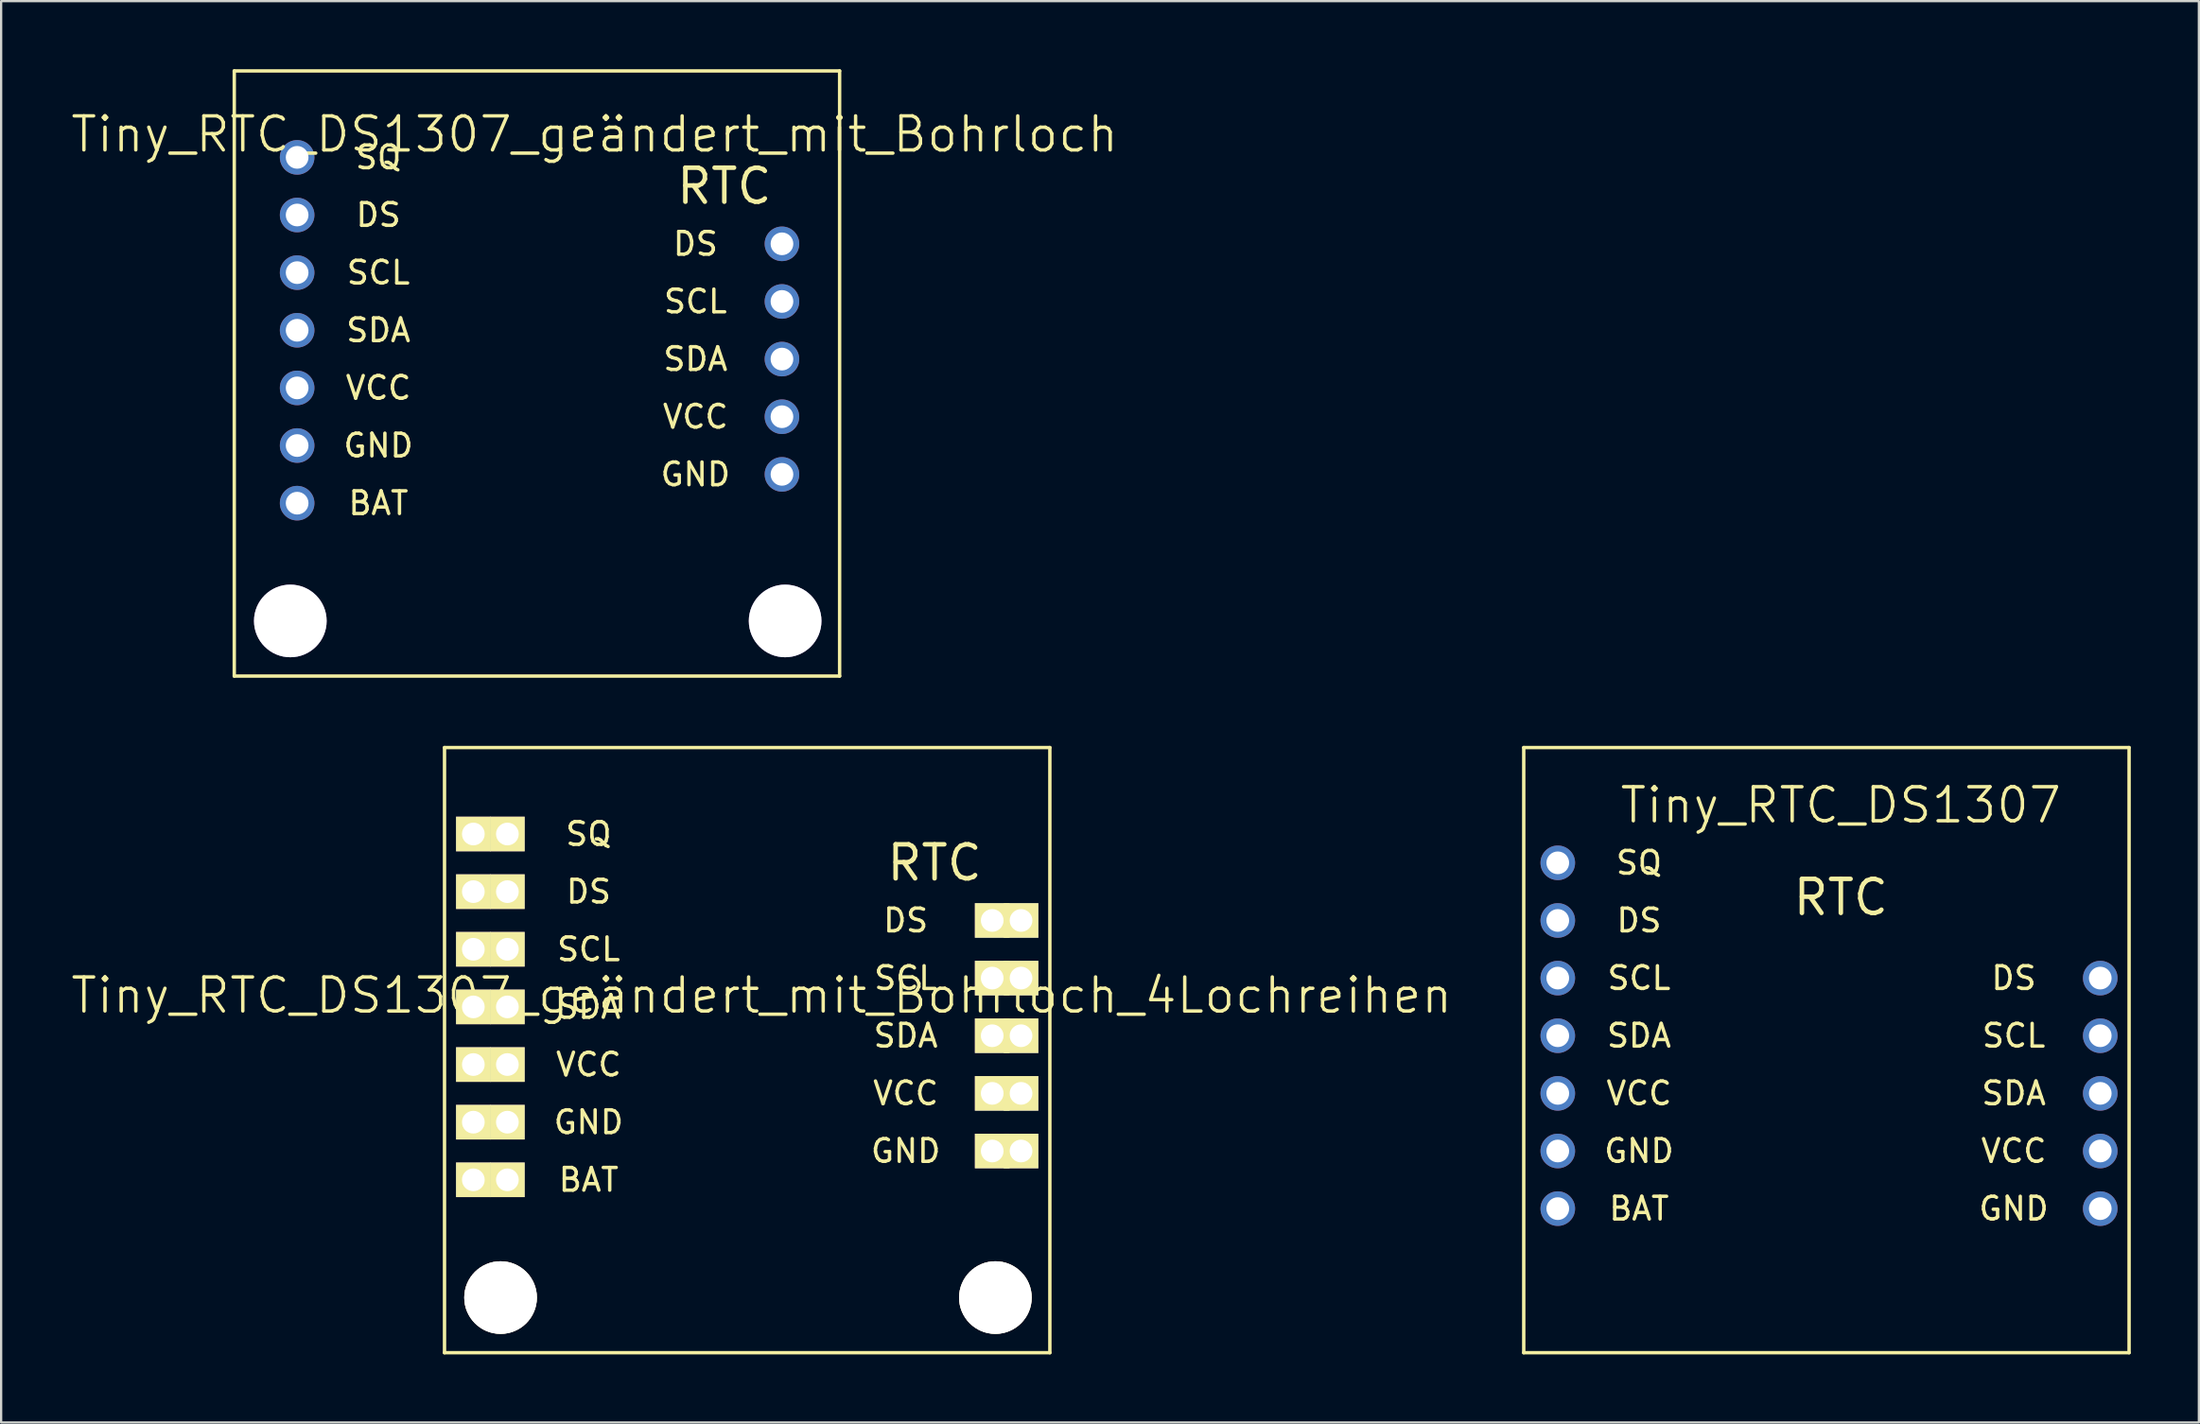
<source format=kicad_pcb>
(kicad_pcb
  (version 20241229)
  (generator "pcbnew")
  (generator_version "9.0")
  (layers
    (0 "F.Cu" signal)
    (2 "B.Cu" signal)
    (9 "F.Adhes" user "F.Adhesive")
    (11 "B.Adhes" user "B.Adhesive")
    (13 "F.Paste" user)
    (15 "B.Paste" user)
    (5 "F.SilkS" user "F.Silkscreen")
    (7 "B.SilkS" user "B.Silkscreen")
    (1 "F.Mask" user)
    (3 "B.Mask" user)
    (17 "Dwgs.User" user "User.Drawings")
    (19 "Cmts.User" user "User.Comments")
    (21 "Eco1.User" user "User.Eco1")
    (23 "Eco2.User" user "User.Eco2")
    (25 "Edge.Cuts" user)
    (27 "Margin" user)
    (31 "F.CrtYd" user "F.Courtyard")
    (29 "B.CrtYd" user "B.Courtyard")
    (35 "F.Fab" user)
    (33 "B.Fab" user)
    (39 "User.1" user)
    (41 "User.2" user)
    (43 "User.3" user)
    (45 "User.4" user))
  (footprint "Tiny_RTC_DS1307"
    (layer "F.Cu")
    (at 78.052 45.135)
    (property "Reference" "Tiny_RTC_DS1307" (at 0 -12.7 0) (layer "F.SilkS") (effects (font (size 1.5 1.5) (thickness 0.15))))
    (fp_line (start -13.97 -15.24) (end 12.7 -15.24) (stroke (width 0.15) (type solid)) (layer "F.SilkS"))
    (fp_line (start -13.97 11.43) (end -13.97 -15.24) (stroke (width 0.15) (type solid)) (layer "F.SilkS"))
    (fp_line (start 12.7 -15.24) (end 12.7 11.43) (stroke (width 0.15) (type solid)) (layer "F.SilkS"))
    (fp_line (start 12.7 11.43) (end -13.97 11.43) (stroke (width 0.15) (type solid)) (layer "F.SilkS"))
    (fp_text user "GND" (at 7.62 5.08 0) (layer "F.SilkS") (effects (font (size 1 1) (thickness 0.15))))
    (fp_text user "SCL" (at -8.89 -5.08 0) (layer "F.SilkS") (effects (font (size 1 1) (thickness 0.15))))
    (fp_text user "VCC" (at 7.62 2.54 0) (layer "F.SilkS") (effects (font (size 1 1) (thickness 0.15))))
    (fp_text user "DS" (at -8.89 -7.62 0) (layer "F.SilkS") (effects (font (size 1 1) (thickness 0.15))))
    (fp_text user "DS" (at 7.62 -5.08 0) (layer "F.SilkS") (effects (font (size 1 1) (thickness 0.15))))
    (fp_text user "SDA" (at 7.62 0 0) (layer "F.SilkS") (effects (font (size 1 1) (thickness 0.15))))
    (fp_text user "SDA" (at -8.89 -2.54 0) (layer "F.SilkS") (effects (font (size 1 1) (thickness 0.15))))
    (fp_text user "SCL" (at 7.62 -2.54 0) (layer "F.SilkS") (effects (font (size 1 1) (thickness 0.15))))
    (fp_text user "GND" (at -8.89 2.54 0) (layer "F.SilkS") (effects (font (size 1 1) (thickness 0.15))))
    (fp_text user "BAT" (at -8.89 5.08 0) (layer "F.SilkS") (effects (font (size 1 1) (thickness 0.15))))
    (fp_text user "RTC" (at 0 -8.636 0) (layer "F.SilkS") (effects (font (size 1.5 1.5) (thickness 0.2))))
    (fp_text user "VCC" (at -8.89 0 0) (layer "F.SilkS") (effects (font (size 1 1) (thickness 0.15))))
    (fp_text user "SQ" (at -8.89 -10.16 0) (layer "F.SilkS") (effects (font (size 1 1) (thickness 0.15))))
    (pad "1" thru_hole circle (at -12.47 5.08) (size 1.524 1.524) (drill 1) (layers "*.Cu" "*.Mask"))
    (pad "2" thru_hole circle (at -12.47 2.54) (size 1.524 1.524) (drill 1) (layers "*.Cu" "*.Mask"))
    (pad "3" thru_hole circle (at -12.47 0) (size 1.524 1.524) (drill 1) (layers "*.Cu" "*.Mask"))
    (pad "4" thru_hole circle (at -12.47 -2.54) (size 1.524 1.524) (drill 1) (layers "*.Cu" "*.Mask"))
    (pad "5" thru_hole circle (at -12.47 -5.08) (size 1.524 1.524) (drill 1) (layers "*.Cu" "*.Mask"))
    (pad "6" thru_hole circle (at -12.47 -7.62) (size 1.524 1.524) (drill 1) (layers "*.Cu" "*.Mask"))
    (pad "7" thru_hole circle (at -12.47 -10.16) (size 1.524 1.524) (drill 1) (layers "*.Cu" "*.Mask"))
    (pad "8" thru_hole circle (at 11.43 5.08) (size 1.524 1.524) (drill 1) (layers "*.Cu" "*.Mask"))
    (pad "9" thru_hole circle (at 11.43 2.54) (size 1.524 1.524) (drill 1) (layers "*.Cu" "*.Mask"))
    (pad "10" thru_hole circle (at 11.43 0) (size 1.524 1.524) (drill 1) (layers "*.Cu" "*.Mask"))
    (pad "11" thru_hole circle (at 11.43 -2.54) (size 1.524 1.524) (drill 1) (layers "*.Cu" "*.Mask"))
    (pad "12" thru_hole circle (at 11.43 -5.08) (size 1.524 1.524) (drill 1) (layers "*.Cu" "*.Mask")))
  (footprint "Tiny_RTC_DS1307_geändert_mit_Bohrloch"
    (layer "F.Cu")
    (at 21.241 15.315)
    (property "Reference" "Tiny_RTC_DS1307_geändert_mit_Bohrloch" (at 1.905 -12.446 0) (layer "F.SilkS") (effects (font (size 1.5 1.5) (thickness 0.15))))
    (fp_line (start -13.97 -15.24) (end 12.7 -15.24) (stroke (width 0.15) (type solid)) (layer "F.SilkS"))
    (fp_line (start -13.97 11.43) (end -13.97 -15.24) (stroke (width 0.15) (type solid)) (layer "F.SilkS"))
    (fp_line (start 12.7 -15.24) (end 12.7 11.43) (stroke (width 0.15) (type solid)) (layer "F.SilkS"))
    (fp_line (start 12.7 11.43) (end -13.97 11.43) (stroke (width 0.15) (type solid)) (layer "F.SilkS"))
    (fp_text user "RTC" (at 7.62 -10.16 0) (layer "F.SilkS") (effects (font (size 1.5 1.5) (thickness 0.2))))
    (fp_text user "GND" (at 6.35 2.54 0) (layer "F.SilkS") (effects (font (size 1 1) (thickness 0.15))))
    (fp_text user "SCL" (at 6.35 -5.08 0) (layer "F.SilkS") (effects (font (size 1 1) (thickness 0.15))))
    (fp_text user "GND" (at -7.62 1.27 0) (layer "F.SilkS") (effects (font (size 1 1) (thickness 0.15))))
    (fp_text user "VCC" (at -7.62 -1.27 0) (layer "F.SilkS") (effects (font (size 1 1) (thickness 0.15))))
    (fp_text user "SDA" (at -7.62 -3.81 0) (layer "F.SilkS") (effects (font (size 1 1) (thickness 0.15))))
    (fp_text user "SQ" (at -7.62 -11.43 0) (layer "F.SilkS") (effects (font (size 1 1) (thickness 0.15))))
    (fp_text user "SDA" (at 6.35 -2.54 0) (layer "F.SilkS") (effects (font (size 1 1) (thickness 0.15))))
    (fp_text user "DS" (at -7.62 -8.89 0) (layer "F.SilkS") (effects (font (size 1 1) (thickness 0.15))))
    (fp_text user "VCC" (at 6.35 0 0) (layer "F.SilkS") (effects (font (size 1 1) (thickness 0.15))))
    (fp_text user "SCL" (at -7.62 -6.35 0) (layer "F.SilkS") (effects (font (size 1 1) (thickness 0.15))))
    (fp_text user "DS" (at 6.35 -7.62 0) (layer "F.SilkS") (effects (font (size 1 1) (thickness 0.15))))
    (fp_text user "BAT" (at -7.62 3.81 0) (layer "F.SilkS") (effects (font (size 1 1) (thickness 0.15))))
    (pad "" thru_hole circle (at -11.5 9) (size 3.2 3.2) (drill 3.2) (layers "*.Cu" "*.Mask"))
    (pad "" thru_hole circle (at 10.3 9) (size 3.2 3.2) (drill 3.2) (layers "*.Cu" "*.Mask"))
    (pad "1" thru_hole circle (at -11.2 3.81) (size 1.524 1.524) (drill 1) (layers "*.Cu" "*.Mask"))
    (pad "2" thru_hole circle (at -11.2 1.27) (size 1.524 1.524) (drill 1) (layers "*.Cu" "*.Mask"))
    (pad "3" thru_hole circle (at -11.2 -1.27) (size 1.524 1.524) (drill 1) (layers "*.Cu" "*.Mask"))
    (pad "4" thru_hole circle (at -11.2 -3.81) (size 1.524 1.524) (drill 1) (layers "*.Cu" "*.Mask"))
    (pad "5" thru_hole circle (at -11.2 -6.35) (size 1.524 1.524) (drill 1) (layers "*.Cu" "*.Mask"))
    (pad "6" thru_hole circle (at -11.2 -8.89) (size 1.524 1.524) (drill 1) (layers "*.Cu" "*.Mask"))
    (pad "7" thru_hole circle (at -11.2 -11.43) (size 1.524 1.524) (drill 1) (layers "*.Cu" "*.Mask"))
    (pad "8" thru_hole circle (at 10.16 2.54) (size 1.524 1.524) (drill 1) (layers "*.Cu" "*.Mask"))
    (pad "9" thru_hole circle (at 10.16 0) (size 1.524 1.524) (drill 1) (layers "*.Cu" "*.Mask"))
    (pad "10" thru_hole circle (at 10.16 -2.54) (size 1.524 1.524) (drill 1) (layers "*.Cu" "*.Mask"))
    (pad "11" thru_hole circle (at 10.16 -5.08) (size 1.524 1.524) (drill 1) (layers "*.Cu" "*.Mask"))
    (pad "12" thru_hole circle (at 10.16 -7.62) (size 1.524 1.524) (drill 1) (layers "*.Cu" "*.Mask")))
  (footprint "Tiny_RTC_DS1307_geändert_mit_Bohrloch_4Lochreihen"
    (layer "F.Cu")
    (at 30.504 45.135)
    (property "Reference" "Tiny_RTC_DS1307_geändert_mit_Bohrloch_4Lochreihen" (at 0 -4.318 0) (layer "F.SilkS") (effects (font (size 1.5 1.5) (thickness 0.15))))
    (fp_line (start -13.97 -15.24) (end 12.7 -15.24) (stroke (width 0.15) (type solid)) (layer "F.SilkS"))
    (fp_line (start -13.97 11.43) (end -13.97 -15.24) (stroke (width 0.15) (type solid)) (layer "F.SilkS"))
    (fp_line (start 12.7 -15.24) (end 12.7 11.43) (stroke (width 0.15) (type solid)) (layer "F.SilkS"))
    (fp_line (start 12.7 11.43) (end -13.97 11.43) (stroke (width 0.15) (type solid)) (layer "F.SilkS"))
    (fp_text user "GND" (at -7.62 1.27 0) (layer "F.SilkS") (effects (font (size 1 1) (thickness 0.15))))
    (fp_text user "SDA" (at -7.62 -3.81 0) (layer "F.SilkS") (effects (font (size 1 1) (thickness 0.15))))
    (fp_text user "SCL" (at -7.62 -6.35 0) (layer "F.SilkS") (effects (font (size 1 1) (thickness 0.15))))
    (fp_text user "DS" (at -7.62 -8.89 0) (layer "F.SilkS") (effects (font (size 1 1) (thickness 0.15))))
    (fp_text user "SCL" (at 6.35 -5.08 0) (layer "F.SilkS") (effects (font (size 1 1) (thickness 0.15))))
    (fp_text user "RTC" (at 7.62 -10.16 0) (layer "F.SilkS") (effects (font (size 1.5 1.5) (thickness 0.2))))
    (fp_text user "GND" (at 6.35 2.54 0) (layer "F.SilkS") (effects (font (size 1 1) (thickness 0.15))))
    (fp_text user "VCC" (at -7.62 -1.27 0) (layer "F.SilkS") (effects (font (size 1 1) (thickness 0.15))))
    (fp_text user "SDA" (at 6.35 -2.54 0) (layer "F.SilkS") (effects (font (size 1 1) (thickness 0.15))))
    (fp_text user "VCC" (at 6.35 0 0) (layer "F.SilkS") (effects (font (size 1 1) (thickness 0.15))))
    (fp_text user "BAT" (at -7.62 3.81 0) (layer "F.SilkS") (effects (font (size 1 1) (thickness 0.15))))
    (fp_text user "DS" (at 6.35 -7.62 0) (layer "F.SilkS") (effects (font (size 1 1) (thickness 0.15))))
    (fp_text user "SQ" (at -7.62 -11.43 0) (layer "F.SilkS") (effects (font (size 1 1) (thickness 0.15))))
    (pad "1" thru_hole rect (at -12.7 3.81) (size 1.524 1.524) (drill 1) (layers "*.Cu" "*.Mask" "F.SilkS"))
    (pad "1" thru_hole rect (at -11.2 3.81) (size 1.524 1.524) (drill 1) (layers "*.Cu" "*.Mask" "F.SilkS"))
    (pad "2" thru_hole rect (at -12.7 1.27) (size 1.524 1.524) (drill 1) (layers "*.Cu" "*.Mask" "F.SilkS"))
    (pad "2" thru_hole rect (at -11.2 1.27) (size 1.524 1.524) (drill 1) (layers "*.Cu" "*.Mask" "F.SilkS"))
    (pad "3" thru_hole rect (at -12.7 -1.27) (size 1.524 1.524) (drill 1) (layers "*.Cu" "*.Mask" "F.SilkS"))
    (pad "3" thru_hole rect (at -11.2 -1.27) (size 1.524 1.524) (drill 1) (layers "*.Cu" "*.Mask" "F.SilkS"))
    (pad "4" thru_hole rect (at -12.7 -3.81) (size 1.524 1.524) (drill 1) (layers "*.Cu" "*.Mask" "F.SilkS"))
    (pad "4" thru_hole rect (at -11.2 -3.81) (size 1.524 1.524) (drill 1) (layers "*.Cu" "*.Mask" "F.SilkS"))
    (pad "5" thru_hole rect (at -12.7 -6.35) (size 1.524 1.524) (drill 1) (layers "*.Cu" "*.Mask" "F.SilkS"))
    (pad "5" thru_hole rect (at -11.2 -6.35) (size 1.524 1.524) (drill 1) (layers "*.Cu" "*.Mask" "F.SilkS"))
    (pad "6" thru_hole rect (at -12.7 -8.89) (size 1.524 1.524) (drill 1) (layers "*.Cu" "*.Mask" "F.SilkS"))
    (pad "6" thru_hole rect (at -11.2 -8.89) (size 1.524 1.524) (drill 1) (layers "*.Cu" "*.Mask" "F.SilkS"))
    (pad "7" thru_hole rect (at -12.7 -11.43) (size 1.524 1.524) (drill 1) (layers "*.Cu" "*.Mask" "F.SilkS"))
    (pad "7" thru_hole rect (at -11.2 -11.43) (size 1.524 1.524) (drill 1) (layers "*.Cu" "*.Mask" "F.SilkS"))
    (pad "8" thru_hole rect (at 10.16 2.54) (size 1.524 1.524) (drill 1) (layers "*.Cu" "*.Mask" "F.SilkS"))
    (pad "8" thru_hole rect (at 11.43 2.54) (size 1.524 1.524) (drill 1) (layers "*.Cu" "*.Mask" "F.SilkS"))
    (pad "9" thru_hole rect (at 10.16 0) (size 1.524 1.524) (drill 1) (layers "*.Cu" "*.Mask" "F.SilkS"))
    (pad "9" thru_hole rect (at 11.43 0) (size 1.524 1.524) (drill 1) (layers "*.Cu" "*.Mask" "F.SilkS"))
    (pad "10" thru_hole rect (at 10.16 -2.54) (size 1.524 1.524) (drill 1) (layers "*.Cu" "*.Mask" "F.SilkS"))
    (pad "10" thru_hole rect (at 11.43 -2.54) (size 1.524 1.524) (drill 1) (layers "*.Cu" "*.Mask" "F.SilkS"))
    (pad "11" thru_hole rect (at 10.16 -5.08) (size 1.524 1.524) (drill 1) (layers "*.Cu" "*.Mask" "F.SilkS"))
    (pad "11" thru_hole rect (at 11.43 -5.08) (size 1.524 1.524) (drill 1) (layers "*.Cu" "*.Mask" "F.SilkS"))
    (pad "12" thru_hole rect (at 10.16 -7.62) (size 1.524 1.524) (drill 1) (layers "*.Cu" "*.Mask" "F.SilkS"))
    (pad "12" thru_hole rect (at 11.43 -7.62) (size 1.524 1.524) (drill 1) (layers "*.Cu" "*.Mask" "F.SilkS"))
    (pad "~" thru_hole circle (at -11.5 9) (size 3.2 3.2) (drill 3.2) (layers "*.Cu" "*.Mask" "F.SilkS"))
    (pad "~" thru_hole circle (at 10.3 9) (size 3.2 3.2) (drill 3.2) (layers "*.Cu" "*.Mask" "F.SilkS")))
  (gr_rect
    (start -3 -3)
    (end 93.827 59.64)
    (stroke (width 0.1) (type default))
    (fill no)
    (layer "Edge.Cuts")))
</source>
